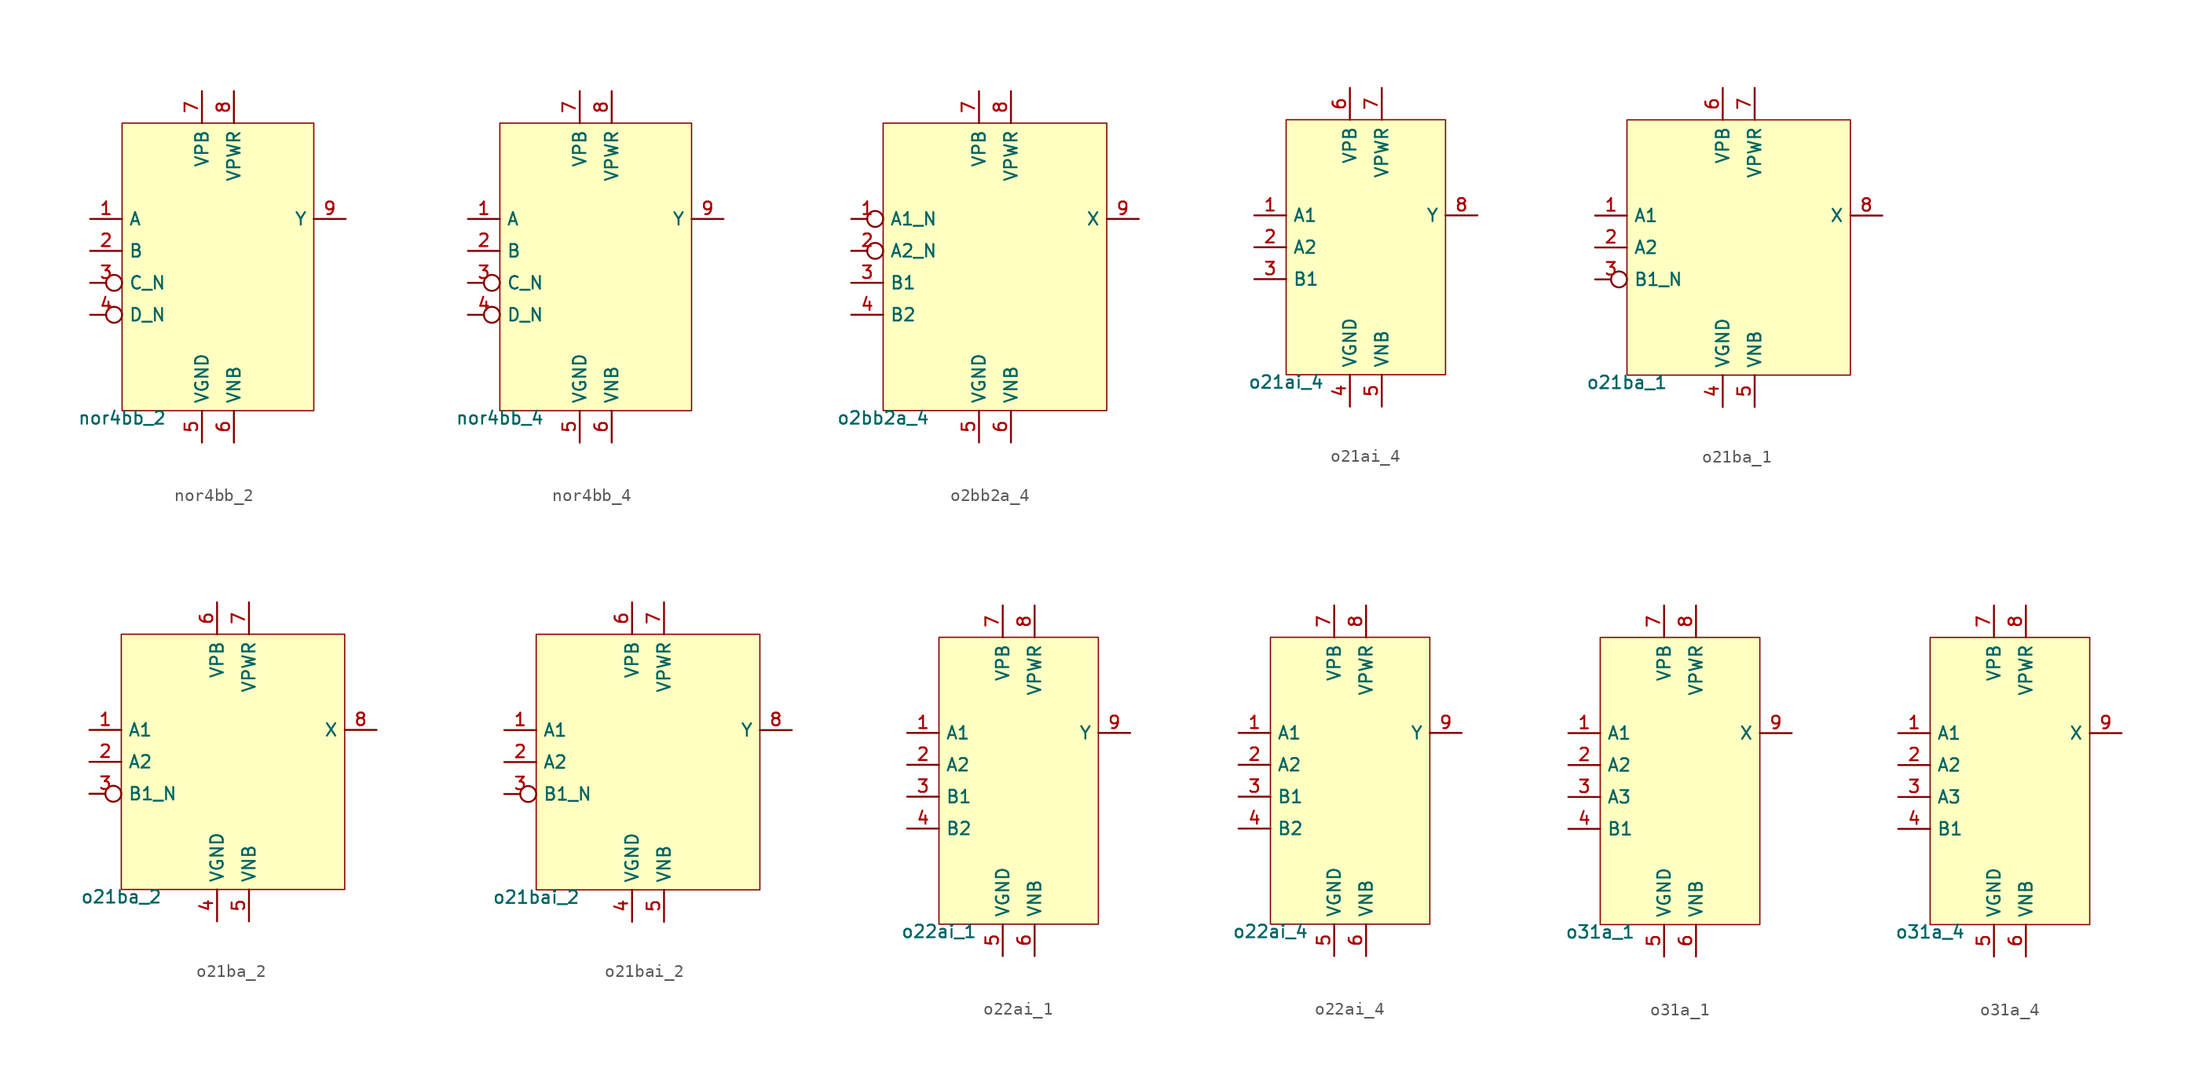
<source format=kicad_sym>
(kicad_symbol_lib
  (version 20211014)
  (generator pdk2kicad)
  (symbol "nor4bb_2"
    (property "Reference" "X"
      (at 0 0 0)
      (effects (font (size 1 1)) hide))
    (property "Value" "nor4bb_2"
      (at -7.62 -11.43 0)
      (effects (font (size 1 1)) (justify top)))
    (rectangle
      (start -7.62 -11.43)
      (end 7.62 11.43)
      (stroke (width 0.1) (type solid) (color 0 0 0 0))
      (fill (type background)))
    (pin input line
      (at -10.16 3.81 0)
      (length 2.54)
      (name "A" (effects (font (size 1 1)) hide))
      (number "1" (effects (font (size 1 1)) hide)))
    (pin input line
      (at -10.16 1.27 0)
      (length 2.54)
      (name "B" (effects (font (size 1 1)) hide))
      (number "2" (effects (font (size 1 1)) hide)))
    (pin input inverted
      (at -10.16 -1.27 0)
      (length 2.54)
      (name "C_N" (effects (font (size 1 1)) hide))
      (number "3" (effects (font (size 1 1)) hide)))
    (pin input inverted
      (at -10.16 -3.81 0)
      (length 2.54)
      (name "D_N" (effects (font (size 1 1)) hide))
      (number "4" (effects (font (size 1 1)) hide)))
    (pin power_in line
      (at -1.27 -13.97 90)
      (length 2.54)
      (name "VGND" (effects (font (size 1 1)) hide))
      (number "5" (effects (font (size 1 1)) hide)))
    (pin power_in line
      (at 1.27 -13.97 90)
      (length 2.54)
      (name "VNB" (effects (font (size 1 1)) hide))
      (number "6" (effects (font (size 1 1)) hide)))
    (pin power_in line
      (at -1.27 13.97 270)
      (length 2.54)
      (name "VPB" (effects (font (size 1 1)) hide))
      (number "7" (effects (font (size 1 1)) hide)))
    (pin power_in line
      (at 1.27 13.97 270)
      (length 2.54)
      (name "VPWR" (effects (font (size 1 1)) hide))
      (number "8" (effects (font (size 1 1)) hide)))
    (pin output line
      (at 10.16 3.81 180)
      (length 2.54)
      (name "Y" (effects (font (size 1 1)) hide))
      (number "9" (effects (font (size 1 1)) hide))))
  (symbol "nor4bb_4"
    (property "Reference" "X"
      (at 0 0 0)
      (effects (font (size 1 1)) hide))
    (property "Value" "nor4bb_4"
      (at -7.62 -11.43 0)
      (effects (font (size 1 1)) (justify top)))
    (rectangle
      (start -7.62 -11.43)
      (end 7.62 11.43)
      (stroke (width 0.1) (type solid) (color 0 0 0 0))
      (fill (type background)))
    (pin input line
      (at -10.16 3.81 0)
      (length 2.54)
      (name "A" (effects (font (size 1 1)) hide))
      (number "1" (effects (font (size 1 1)) hide)))
    (pin input line
      (at -10.16 1.27 0)
      (length 2.54)
      (name "B" (effects (font (size 1 1)) hide))
      (number "2" (effects (font (size 1 1)) hide)))
    (pin input inverted
      (at -10.16 -1.27 0)
      (length 2.54)
      (name "C_N" (effects (font (size 1 1)) hide))
      (number "3" (effects (font (size 1 1)) hide)))
    (pin input inverted
      (at -10.16 -3.81 0)
      (length 2.54)
      (name "D_N" (effects (font (size 1 1)) hide))
      (number "4" (effects (font (size 1 1)) hide)))
    (pin power_in line
      (at -1.27 -13.97 90)
      (length 2.54)
      (name "VGND" (effects (font (size 1 1)) hide))
      (number "5" (effects (font (size 1 1)) hide)))
    (pin power_in line
      (at 1.27 -13.97 90)
      (length 2.54)
      (name "VNB" (effects (font (size 1 1)) hide))
      (number "6" (effects (font (size 1 1)) hide)))
    (pin power_in line
      (at -1.27 13.97 270)
      (length 2.54)
      (name "VPB" (effects (font (size 1 1)) hide))
      (number "7" (effects (font (size 1 1)) hide)))
    (pin power_in line
      (at 1.27 13.97 270)
      (length 2.54)
      (name "VPWR" (effects (font (size 1 1)) hide))
      (number "8" (effects (font (size 1 1)) hide)))
    (pin output line
      (at 10.16 3.81 180)
      (length 2.54)
      (name "Y" (effects (font (size 1 1)) hide))
      (number "9" (effects (font (size 1 1)) hide))))
  (symbol "o2bb2a_4"
    (property "Reference" "X"
      (at 0 0 0)
      (effects (font (size 1 1)) hide))
    (property "Value" "o2bb2a_4"
      (at -8.89 -11.43 0)
      (effects (font (size 1 1)) (justify top)))
    (rectangle
      (start -8.89 -11.43)
      (end 8.89 11.43)
      (stroke (width 0.1) (type solid) (color 0 0 0 0))
      (fill (type background)))
    (pin input inverted
      (at -11.43 3.81 0)
      (length 2.54)
      (name "A1_N" (effects (font (size 1 1)) hide))
      (number "1" (effects (font (size 1 1)) hide)))
    (pin input inverted
      (at -11.43 1.27 0)
      (length 2.54)
      (name "A2_N" (effects (font (size 1 1)) hide))
      (number "2" (effects (font (size 1 1)) hide)))
    (pin input line
      (at -11.43 -1.27 0)
      (length 2.54)
      (name "B1" (effects (font (size 1 1)) hide))
      (number "3" (effects (font (size 1 1)) hide)))
    (pin input line
      (at -11.43 -3.81 0)
      (length 2.54)
      (name "B2" (effects (font (size 1 1)) hide))
      (number "4" (effects (font (size 1 1)) hide)))
    (pin power_in line
      (at -1.27 -13.97 90)
      (length 2.54)
      (name "VGND" (effects (font (size 1 1)) hide))
      (number "5" (effects (font (size 1 1)) hide)))
    (pin power_in line
      (at 1.27 -13.97 90)
      (length 2.54)
      (name "VNB" (effects (font (size 1 1)) hide))
      (number "6" (effects (font (size 1 1)) hide)))
    (pin power_in line
      (at -1.27 13.97 270)
      (length 2.54)
      (name "VPB" (effects (font (size 1 1)) hide))
      (number "7" (effects (font (size 1 1)) hide)))
    (pin power_in line
      (at 1.27 13.97 270)
      (length 2.54)
      (name "VPWR" (effects (font (size 1 1)) hide))
      (number "8" (effects (font (size 1 1)) hide)))
    (pin output line
      (at 11.43 3.81 180)
      (length 2.54)
      (name "X" (effects (font (size 1 1)) hide))
      (number "9" (effects (font (size 1 1)) hide))))
  (symbol "o21ai_4"
    (property "Reference" "X"
      (at 0 0 0)
      (effects (font (size 1 1)) hide))
    (property "Value" "o21ai_4"
      (at -6.35 -10.16 0)
      (effects (font (size 1 1)) (justify top)))
    (rectangle
      (start -6.35 -10.16)
      (end 6.35 10.16)
      (stroke (width 0.1) (type solid) (color 0 0 0 0))
      (fill (type background)))
    (pin input line
      (at -8.89 2.54 0)
      (length 2.54)
      (name "A1" (effects (font (size 1 1)) hide))
      (number "1" (effects (font (size 1 1)) hide)))
    (pin input line
      (at -8.89 0.0 0)
      (length 2.54)
      (name "A2" (effects (font (size 1 1)) hide))
      (number "2" (effects (font (size 1 1)) hide)))
    (pin input line
      (at -8.89 -2.54 0)
      (length 2.54)
      (name "B1" (effects (font (size 1 1)) hide))
      (number "3" (effects (font (size 1 1)) hide)))
    (pin power_in line
      (at -1.27 -12.7 90)
      (length 2.54)
      (name "VGND" (effects (font (size 1 1)) hide))
      (number "4" (effects (font (size 1 1)) hide)))
    (pin power_in line
      (at 1.27 -12.7 90)
      (length 2.54)
      (name "VNB" (effects (font (size 1 1)) hide))
      (number "5" (effects (font (size 1 1)) hide)))
    (pin power_in line
      (at -1.27 12.7 270)
      (length 2.54)
      (name "VPB" (effects (font (size 1 1)) hide))
      (number "6" (effects (font (size 1 1)) hide)))
    (pin power_in line
      (at 1.27 12.7 270)
      (length 2.54)
      (name "VPWR" (effects (font (size 1 1)) hide))
      (number "7" (effects (font (size 1 1)) hide)))
    (pin output line
      (at 8.89 2.54 180)
      (length 2.54)
      (name "Y" (effects (font (size 1 1)) hide))
      (number "8" (effects (font (size 1 1)) hide))))
  (symbol "o21ba_1"
    (property "Reference" "X"
      (at 0 0 0)
      (effects (font (size 1 1)) hide))
    (property "Value" "o21ba_1"
      (at -8.89 -10.16 0)
      (effects (font (size 1 1)) (justify top)))
    (rectangle
      (start -8.89 -10.16)
      (end 8.89 10.16)
      (stroke (width 0.1) (type solid) (color 0 0 0 0))
      (fill (type background)))
    (pin input line
      (at -11.43 2.54 0)
      (length 2.54)
      (name "A1" (effects (font (size 1 1)) hide))
      (number "1" (effects (font (size 1 1)) hide)))
    (pin input line
      (at -11.43 0.0 0)
      (length 2.54)
      (name "A2" (effects (font (size 1 1)) hide))
      (number "2" (effects (font (size 1 1)) hide)))
    (pin input inverted
      (at -11.43 -2.54 0)
      (length 2.54)
      (name "B1_N" (effects (font (size 1 1)) hide))
      (number "3" (effects (font (size 1 1)) hide)))
    (pin power_in line
      (at -1.27 -12.7 90)
      (length 2.54)
      (name "VGND" (effects (font (size 1 1)) hide))
      (number "4" (effects (font (size 1 1)) hide)))
    (pin power_in line
      (at 1.27 -12.7 90)
      (length 2.54)
      (name "VNB" (effects (font (size 1 1)) hide))
      (number "5" (effects (font (size 1 1)) hide)))
    (pin power_in line
      (at -1.27 12.7 270)
      (length 2.54)
      (name "VPB" (effects (font (size 1 1)) hide))
      (number "6" (effects (font (size 1 1)) hide)))
    (pin power_in line
      (at 1.27 12.7 270)
      (length 2.54)
      (name "VPWR" (effects (font (size 1 1)) hide))
      (number "7" (effects (font (size 1 1)) hide)))
    (pin output line
      (at 11.43 2.54 180)
      (length 2.54)
      (name "X" (effects (font (size 1 1)) hide))
      (number "8" (effects (font (size 1 1)) hide))))
  (symbol "o21ba_2"
    (property "Reference" "X"
      (at 0 0 0)
      (effects (font (size 1 1)) hide))
    (property "Value" "o21ba_2"
      (at -8.89 -10.16 0)
      (effects (font (size 1 1)) (justify top)))
    (rectangle
      (start -8.89 -10.16)
      (end 8.89 10.16)
      (stroke (width 0.1) (type solid) (color 0 0 0 0))
      (fill (type background)))
    (pin input line
      (at -11.43 2.54 0)
      (length 2.54)
      (name "A1" (effects (font (size 1 1)) hide))
      (number "1" (effects (font (size 1 1)) hide)))
    (pin input line
      (at -11.43 0.0 0)
      (length 2.54)
      (name "A2" (effects (font (size 1 1)) hide))
      (number "2" (effects (font (size 1 1)) hide)))
    (pin input inverted
      (at -11.43 -2.54 0)
      (length 2.54)
      (name "B1_N" (effects (font (size 1 1)) hide))
      (number "3" (effects (font (size 1 1)) hide)))
    (pin power_in line
      (at -1.27 -12.7 90)
      (length 2.54)
      (name "VGND" (effects (font (size 1 1)) hide))
      (number "4" (effects (font (size 1 1)) hide)))
    (pin power_in line
      (at 1.27 -12.7 90)
      (length 2.54)
      (name "VNB" (effects (font (size 1 1)) hide))
      (number "5" (effects (font (size 1 1)) hide)))
    (pin power_in line
      (at -1.27 12.7 270)
      (length 2.54)
      (name "VPB" (effects (font (size 1 1)) hide))
      (number "6" (effects (font (size 1 1)) hide)))
    (pin power_in line
      (at 1.27 12.7 270)
      (length 2.54)
      (name "VPWR" (effects (font (size 1 1)) hide))
      (number "7" (effects (font (size 1 1)) hide)))
    (pin output line
      (at 11.43 2.54 180)
      (length 2.54)
      (name "X" (effects (font (size 1 1)) hide))
      (number "8" (effects (font (size 1 1)) hide))))
  (symbol "o21bai_2"
    (property "Reference" "X"
      (at 0 0 0)
      (effects (font (size 1 1)) hide))
    (property "Value" "o21bai_2"
      (at -8.89 -10.16 0)
      (effects (font (size 1 1)) (justify top)))
    (rectangle
      (start -8.89 -10.16)
      (end 8.89 10.16)
      (stroke (width 0.1) (type solid) (color 0 0 0 0))
      (fill (type background)))
    (pin input line
      (at -11.43 2.54 0)
      (length 2.54)
      (name "A1" (effects (font (size 1 1)) hide))
      (number "1" (effects (font (size 1 1)) hide)))
    (pin input line
      (at -11.43 0.0 0)
      (length 2.54)
      (name "A2" (effects (font (size 1 1)) hide))
      (number "2" (effects (font (size 1 1)) hide)))
    (pin input inverted
      (at -11.43 -2.54 0)
      (length 2.54)
      (name "B1_N" (effects (font (size 1 1)) hide))
      (number "3" (effects (font (size 1 1)) hide)))
    (pin power_in line
      (at -1.27 -12.7 90)
      (length 2.54)
      (name "VGND" (effects (font (size 1 1)) hide))
      (number "4" (effects (font (size 1 1)) hide)))
    (pin power_in line
      (at 1.27 -12.7 90)
      (length 2.54)
      (name "VNB" (effects (font (size 1 1)) hide))
      (number "5" (effects (font (size 1 1)) hide)))
    (pin power_in line
      (at -1.27 12.7 270)
      (length 2.54)
      (name "VPB" (effects (font (size 1 1)) hide))
      (number "6" (effects (font (size 1 1)) hide)))
    (pin power_in line
      (at 1.27 12.7 270)
      (length 2.54)
      (name "VPWR" (effects (font (size 1 1)) hide))
      (number "7" (effects (font (size 1 1)) hide)))
    (pin output line
      (at 11.43 2.54 180)
      (length 2.54)
      (name "Y" (effects (font (size 1 1)) hide))
      (number "8" (effects (font (size 1 1)) hide))))
  (symbol "o22ai_1"
    (property "Reference" "X"
      (at 0 0 0)
      (effects (font (size 1 1)) hide))
    (property "Value" "o22ai_1"
      (at -6.35 -11.43 0)
      (effects (font (size 1 1)) (justify top)))
    (rectangle
      (start -6.35 -11.43)
      (end 6.35 11.43)
      (stroke (width 0.1) (type solid) (color 0 0 0 0))
      (fill (type background)))
    (pin input line
      (at -8.89 3.81 0)
      (length 2.54)
      (name "A1" (effects (font (size 1 1)) hide))
      (number "1" (effects (font (size 1 1)) hide)))
    (pin input line
      (at -8.89 1.27 0)
      (length 2.54)
      (name "A2" (effects (font (size 1 1)) hide))
      (number "2" (effects (font (size 1 1)) hide)))
    (pin input line
      (at -8.89 -1.27 0)
      (length 2.54)
      (name "B1" (effects (font (size 1 1)) hide))
      (number "3" (effects (font (size 1 1)) hide)))
    (pin input line
      (at -8.89 -3.81 0)
      (length 2.54)
      (name "B2" (effects (font (size 1 1)) hide))
      (number "4" (effects (font (size 1 1)) hide)))
    (pin power_in line
      (at -1.27 -13.97 90)
      (length 2.54)
      (name "VGND" (effects (font (size 1 1)) hide))
      (number "5" (effects (font (size 1 1)) hide)))
    (pin power_in line
      (at 1.27 -13.97 90)
      (length 2.54)
      (name "VNB" (effects (font (size 1 1)) hide))
      (number "6" (effects (font (size 1 1)) hide)))
    (pin power_in line
      (at -1.27 13.97 270)
      (length 2.54)
      (name "VPB" (effects (font (size 1 1)) hide))
      (number "7" (effects (font (size 1 1)) hide)))
    (pin power_in line
      (at 1.27 13.97 270)
      (length 2.54)
      (name "VPWR" (effects (font (size 1 1)) hide))
      (number "8" (effects (font (size 1 1)) hide)))
    (pin output line
      (at 8.89 3.81 180)
      (length 2.54)
      (name "Y" (effects (font (size 1 1)) hide))
      (number "9" (effects (font (size 1 1)) hide))))
  (symbol "o22ai_4"
    (property "Reference" "X"
      (at 0 0 0)
      (effects (font (size 1 1)) hide))
    (property "Value" "o22ai_4"
      (at -6.35 -11.43 0)
      (effects (font (size 1 1)) (justify top)))
    (rectangle
      (start -6.35 -11.43)
      (end 6.35 11.43)
      (stroke (width 0.1) (type solid) (color 0 0 0 0))
      (fill (type background)))
    (pin input line
      (at -8.89 3.81 0)
      (length 2.54)
      (name "A1" (effects (font (size 1 1)) hide))
      (number "1" (effects (font (size 1 1)) hide)))
    (pin input line
      (at -8.89 1.27 0)
      (length 2.54)
      (name "A2" (effects (font (size 1 1)) hide))
      (number "2" (effects (font (size 1 1)) hide)))
    (pin input line
      (at -8.89 -1.27 0)
      (length 2.54)
      (name "B1" (effects (font (size 1 1)) hide))
      (number "3" (effects (font (size 1 1)) hide)))
    (pin input line
      (at -8.89 -3.81 0)
      (length 2.54)
      (name "B2" (effects (font (size 1 1)) hide))
      (number "4" (effects (font (size 1 1)) hide)))
    (pin power_in line
      (at -1.27 -13.97 90)
      (length 2.54)
      (name "VGND" (effects (font (size 1 1)) hide))
      (number "5" (effects (font (size 1 1)) hide)))
    (pin power_in line
      (at 1.27 -13.97 90)
      (length 2.54)
      (name "VNB" (effects (font (size 1 1)) hide))
      (number "6" (effects (font (size 1 1)) hide)))
    (pin power_in line
      (at -1.27 13.97 270)
      (length 2.54)
      (name "VPB" (effects (font (size 1 1)) hide))
      (number "7" (effects (font (size 1 1)) hide)))
    (pin power_in line
      (at 1.27 13.97 270)
      (length 2.54)
      (name "VPWR" (effects (font (size 1 1)) hide))
      (number "8" (effects (font (size 1 1)) hide)))
    (pin output line
      (at 8.89 3.81 180)
      (length 2.54)
      (name "Y" (effects (font (size 1 1)) hide))
      (number "9" (effects (font (size 1 1)) hide))))
  (symbol "o31a_1"
    (property "Reference" "X"
      (at 0 0 0)
      (effects (font (size 1 1)) hide))
    (property "Value" "o31a_1"
      (at -6.35 -11.43 0)
      (effects (font (size 1 1)) (justify top)))
    (rectangle
      (start -6.35 -11.43)
      (end 6.35 11.43)
      (stroke (width 0.1) (type solid) (color 0 0 0 0))
      (fill (type background)))
    (pin input line
      (at -8.89 3.81 0)
      (length 2.54)
      (name "A1" (effects (font (size 1 1)) hide))
      (number "1" (effects (font (size 1 1)) hide)))
    (pin input line
      (at -8.89 1.27 0)
      (length 2.54)
      (name "A2" (effects (font (size 1 1)) hide))
      (number "2" (effects (font (size 1 1)) hide)))
    (pin input line
      (at -8.89 -1.27 0)
      (length 2.54)
      (name "A3" (effects (font (size 1 1)) hide))
      (number "3" (effects (font (size 1 1)) hide)))
    (pin input line
      (at -8.89 -3.81 0)
      (length 2.54)
      (name "B1" (effects (font (size 1 1)) hide))
      (number "4" (effects (font (size 1 1)) hide)))
    (pin power_in line
      (at -1.27 -13.97 90)
      (length 2.54)
      (name "VGND" (effects (font (size 1 1)) hide))
      (number "5" (effects (font (size 1 1)) hide)))
    (pin power_in line
      (at 1.27 -13.97 90)
      (length 2.54)
      (name "VNB" (effects (font (size 1 1)) hide))
      (number "6" (effects (font (size 1 1)) hide)))
    (pin power_in line
      (at -1.27 13.97 270)
      (length 2.54)
      (name "VPB" (effects (font (size 1 1)) hide))
      (number "7" (effects (font (size 1 1)) hide)))
    (pin power_in line
      (at 1.27 13.97 270)
      (length 2.54)
      (name "VPWR" (effects (font (size 1 1)) hide))
      (number "8" (effects (font (size 1 1)) hide)))
    (pin output line
      (at 8.89 3.81 180)
      (length 2.54)
      (name "X" (effects (font (size 1 1)) hide))
      (number "9" (effects (font (size 1 1)) hide))))
  (symbol "o31a_4"
    (property "Reference" "X"
      (at 0 0 0)
      (effects (font (size 1 1)) hide))
    (property "Value" "o31a_4"
      (at -6.35 -11.43 0)
      (effects (font (size 1 1)) (justify top)))
    (rectangle
      (start -6.35 -11.43)
      (end 6.35 11.43)
      (stroke (width 0.1) (type solid) (color 0 0 0 0))
      (fill (type background)))
    (pin input line
      (at -8.89 3.81 0)
      (length 2.54)
      (name "A1" (effects (font (size 1 1)) hide))
      (number "1" (effects (font (size 1 1)) hide)))
    (pin input line
      (at -8.89 1.27 0)
      (length 2.54)
      (name "A2" (effects (font (size 1 1)) hide))
      (number "2" (effects (font (size 1 1)) hide)))
    (pin input line
      (at -8.89 -1.27 0)
      (length 2.54)
      (name "A3" (effects (font (size 1 1)) hide))
      (number "3" (effects (font (size 1 1)) hide)))
    (pin input line
      (at -8.89 -3.81 0)
      (length 2.54)
      (name "B1" (effects (font (size 1 1)) hide))
      (number "4" (effects (font (size 1 1)) hide)))
    (pin power_in line
      (at -1.27 -13.97 90)
      (length 2.54)
      (name "VGND" (effects (font (size 1 1)) hide))
      (number "5" (effects (font (size 1 1)) hide)))
    (pin power_in line
      (at 1.27 -13.97 90)
      (length 2.54)
      (name "VNB" (effects (font (size 1 1)) hide))
      (number "6" (effects (font (size 1 1)) hide)))
    (pin power_in line
      (at -1.27 13.97 270)
      (length 2.54)
      (name "VPB" (effects (font (size 1 1)) hide))
      (number "7" (effects (font (size 1 1)) hide)))
    (pin power_in line
      (at 1.27 13.97 270)
      (length 2.54)
      (name "VPWR" (effects (font (size 1 1)) hide))
      (number "8" (effects (font (size 1 1)) hide)))
    (pin output line
      (at 8.89 3.81 180)
      (length 2.54)
      (name "X" (effects (font (size 1 1)) hide))
      (number "9" (effects (font (size 1 1)) hide)))))
</source>
